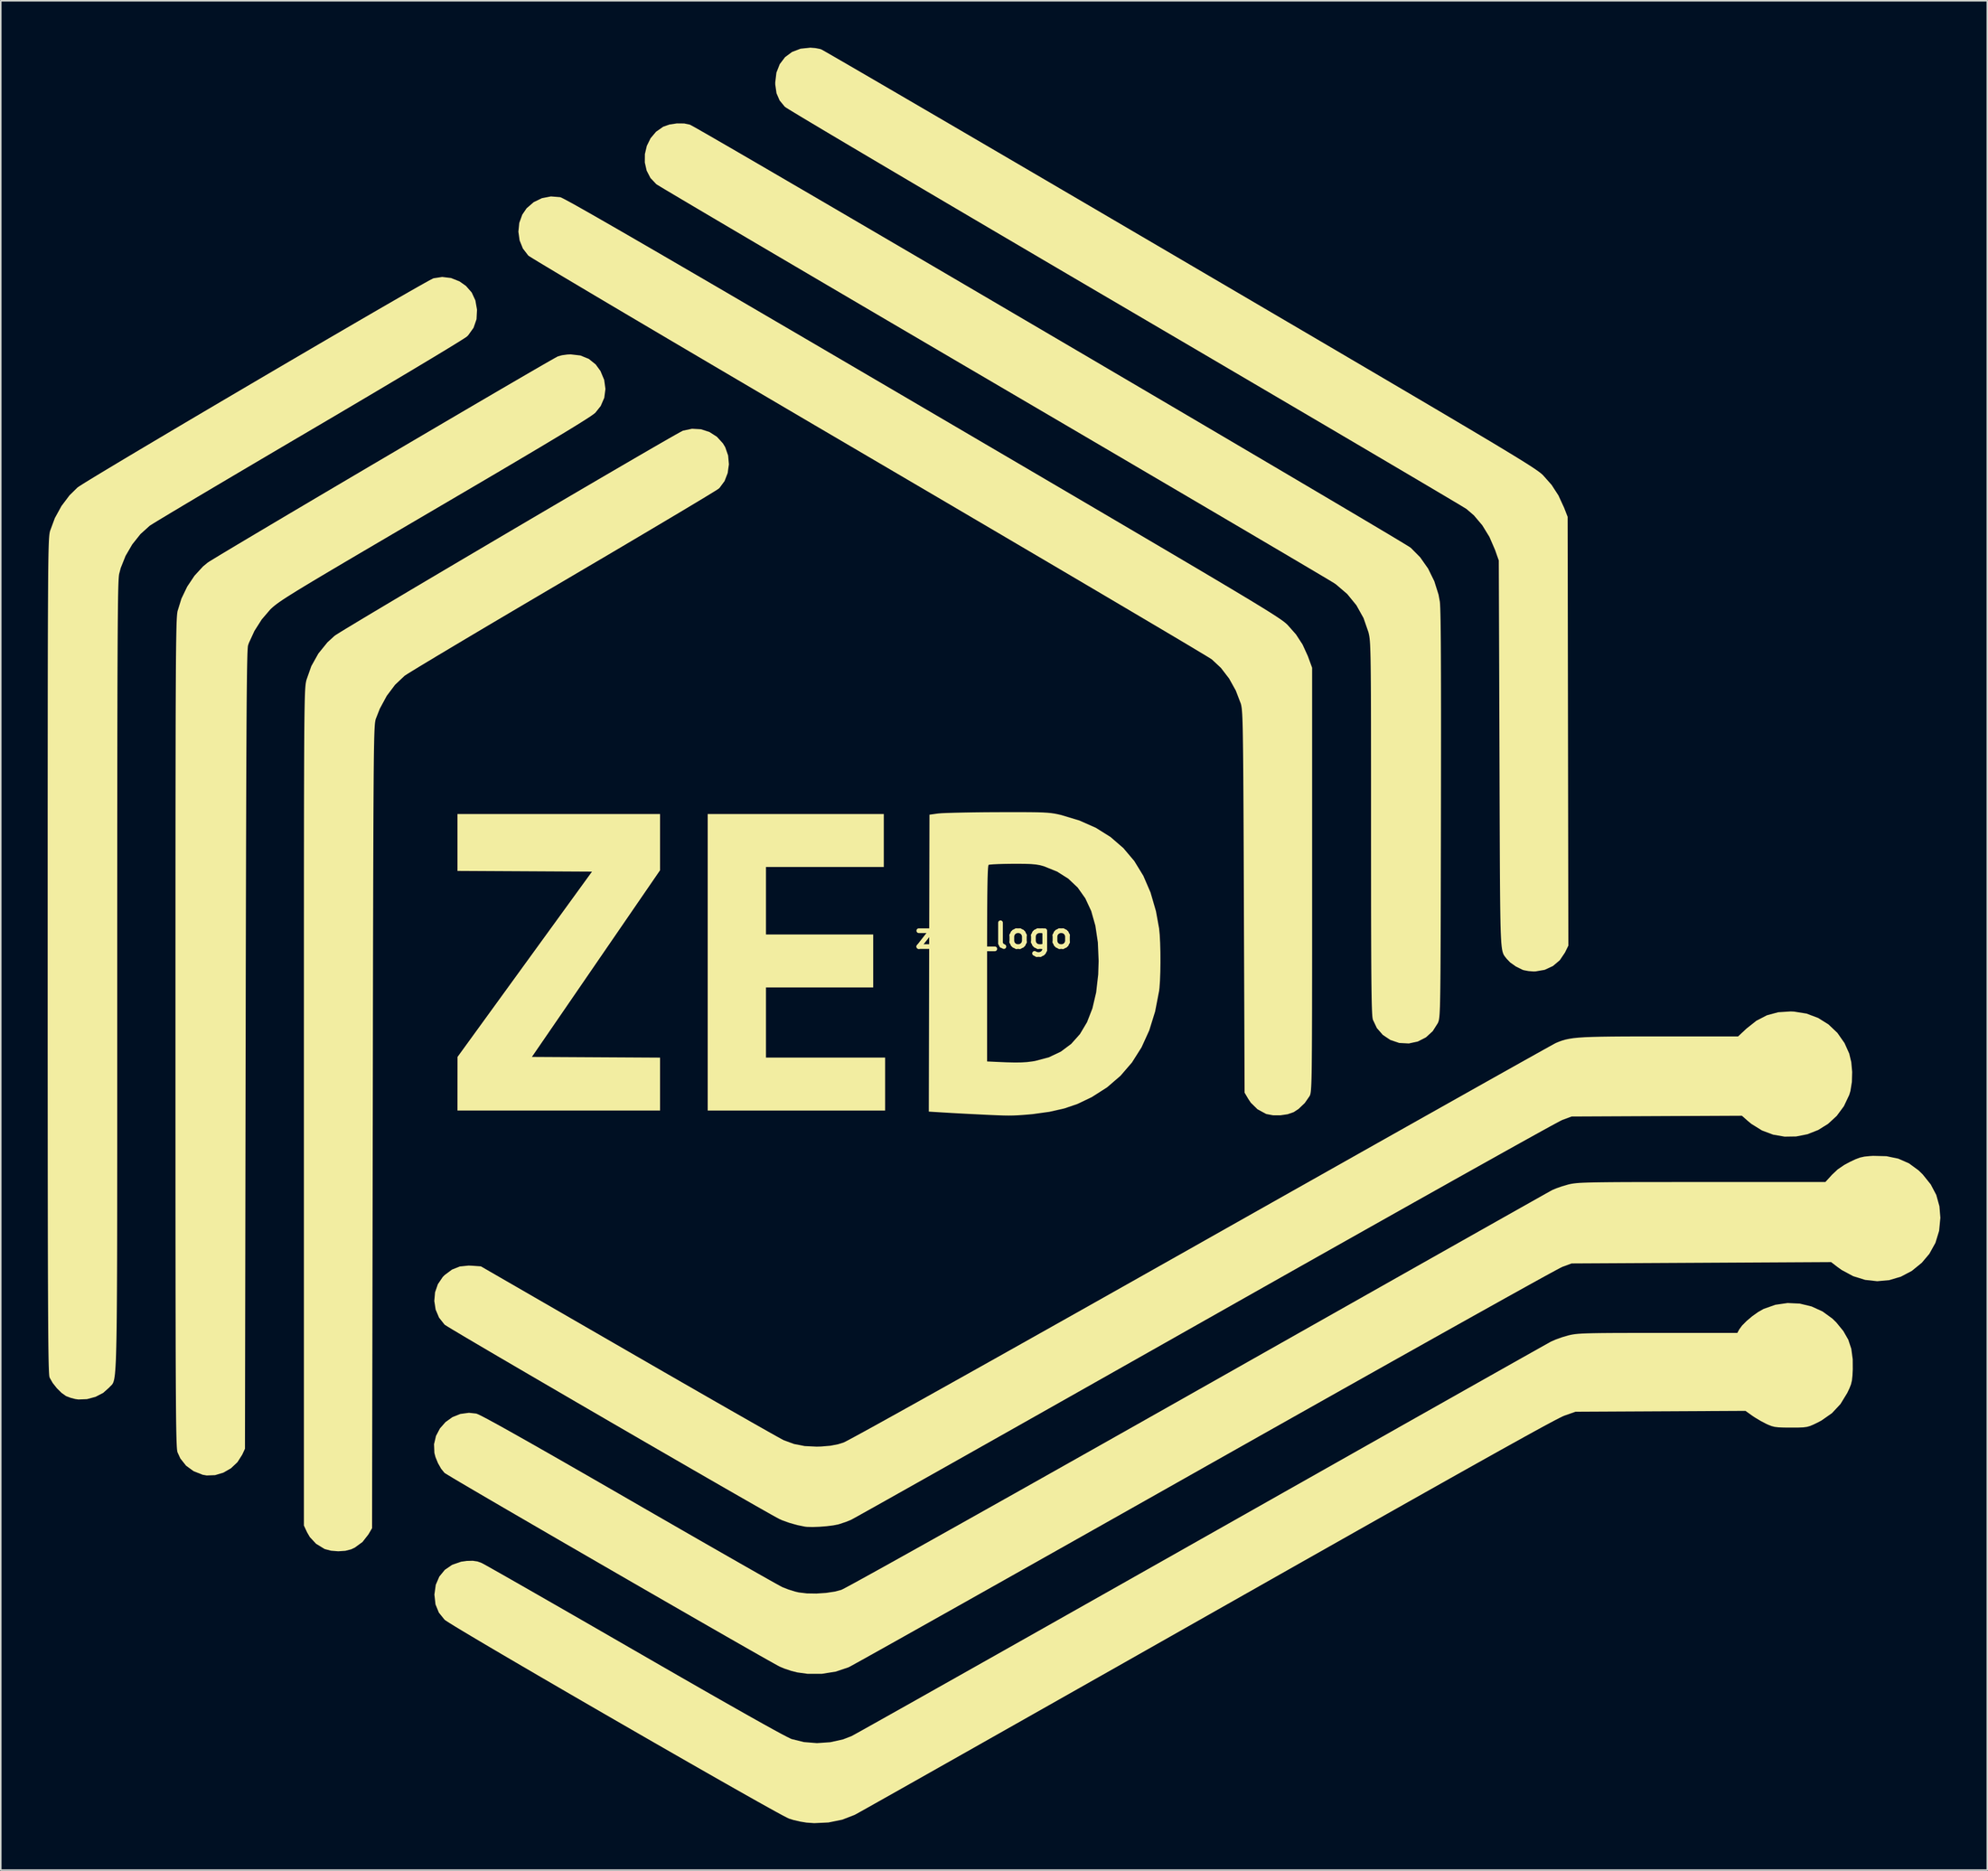
<source format=kicad_pcb>
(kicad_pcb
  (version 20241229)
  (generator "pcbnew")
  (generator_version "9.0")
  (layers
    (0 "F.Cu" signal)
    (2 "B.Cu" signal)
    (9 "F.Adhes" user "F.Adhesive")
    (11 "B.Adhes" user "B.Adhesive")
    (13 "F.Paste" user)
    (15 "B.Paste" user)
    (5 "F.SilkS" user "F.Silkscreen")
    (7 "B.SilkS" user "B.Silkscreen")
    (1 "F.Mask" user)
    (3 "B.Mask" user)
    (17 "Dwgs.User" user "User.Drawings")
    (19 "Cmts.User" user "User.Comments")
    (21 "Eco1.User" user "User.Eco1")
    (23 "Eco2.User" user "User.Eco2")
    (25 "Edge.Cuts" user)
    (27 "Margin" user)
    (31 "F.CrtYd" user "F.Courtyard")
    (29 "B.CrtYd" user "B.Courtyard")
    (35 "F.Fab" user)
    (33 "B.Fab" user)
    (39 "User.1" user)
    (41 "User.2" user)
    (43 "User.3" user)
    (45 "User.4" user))
  (footprint "zed_logo"
    (layer "F.Cu")
    (at 60.494 56.804)
    (property "Reference" "zed_logo" (at 0 0 0) (layer "F.SilkS") (effects (font (size 1.524 1.524) (thickness 0.3))))
    (attr board_only exclude_from_pos_files exclude_from_bom)
    (fp_poly (pts (xy -7.027 -4.403) (xy -14.563 -4.403) (xy -14.563 -0.085) (xy -7.705 -0.085) (xy -7.705 3.302) (xy -14.563 3.302) (xy -14.563 7.789) (xy -6.943 7.789) (xy -6.943 11.176) (xy -18.288 11.176) (xy -18.288 -7.789) (xy -7.027 -7.789)) (stroke (width 0) (type solid)) (fill yes) (layer "F.SilkS"))
    (fp_poly (pts (xy -21.336 -4.19) (xy -25.434 1.778) (xy -29.531 7.747) (xy -21.336 7.791) (xy -21.336 11.176) (xy -34.29 11.176) (xy -34.289 9.461) (xy -34.287 7.747) (xy -29.987 1.82) (xy -25.687 -4.106) (xy -34.29 -4.15) (xy -34.29 -7.789) (xy -21.336 -7.789)) (stroke (width 0) (type solid)) (fill yes) (layer "F.SilkS"))
    (fp_poly (pts (xy 1.777 -7.909) (xy 2.335 -7.906) (xy 2.782 -7.9) (xy 3.14 -7.889) (xy 3.428 -7.872) (xy 3.666 -7.849) (xy 3.874 -7.819) (xy 4.072 -7.781) (xy 4.279 -7.734) (xy 4.301 -7.729) (xy 5.48 -7.375) (xy 6.538 -6.905) (xy 7.475 -6.317) (xy 8.292 -5.61) (xy 8.99 -4.784) (xy 9.569 -3.838) (xy 10.03 -2.77) (xy 10.375 -1.58) (xy 10.577 -0.475) (xy 10.616 -0.072) (xy 10.644 0.452) (xy 10.66 1.053) (xy 10.663 1.685) (xy 10.655 2.305) (xy 10.634 2.868) (xy 10.601 3.33) (xy 10.58 3.514) (xy 10.323 4.841) (xy 9.949 6.047) (xy 9.455 7.133) (xy 8.842 8.102) (xy 8.108 8.954) (xy 7.25 9.693) (xy 6.269 10.319) (xy 5.349 10.758) (xy 4.524 11.04) (xy 3.562 11.257) (xy 2.485 11.406) (xy 2.221 11.43) (xy 1.855 11.459) (xy 1.545 11.48) (xy 1.26 11.492) (xy 0.967 11.496) (xy 0.634 11.492) (xy 0.228 11.478) (xy -0.281 11.456) (xy -0.928 11.425) (xy -0.931 11.425) (xy -1.488 11.397) (xy -2.082 11.366) (xy -2.648 11.335) (xy -3.122 11.307) (xy -3.197 11.303) (xy -4.149 11.244) (xy -4.142 8.036) (xy -0.423 8.036) (xy 0.191 8.065) (xy 0.841 8.092) (xy 1.358 8.104) (xy 1.778 8.098) (xy 2.135 8.076) (xy 2.467 8.035) (xy 2.643 8.006) (xy 3.52 7.774) (xy 4.291 7.41) (xy 4.956 6.914) (xy 5.515 6.287) (xy 5.967 5.529) (xy 6.313 4.641) (xy 6.552 3.624) (xy 6.683 2.477) (xy 6.711 1.609) (xy 6.66 0.415) (xy 6.502 -0.648) (xy 6.236 -1.585) (xy 5.859 -2.396) (xy 5.371 -3.086) (xy 4.77 -3.655) (xy 4.054 -4.107) (xy 3.223 -4.444) (xy 3.175 -4.458) (xy 2.944 -4.519) (xy 2.691 -4.562) (xy 2.382 -4.589) (xy 1.983 -4.603) (xy 1.462 -4.607) (xy 1.219 -4.606) (xy 0.737 -4.6) (xy 0.311 -4.588) (xy -0.029 -4.572) (xy -0.252 -4.553) (xy -0.326 -4.538) (xy -0.345 -4.478) (xy -0.363 -4.321) (xy -0.377 -4.059) (xy -0.39 -3.683) (xy -0.4 -3.187) (xy -0.409 -2.562) (xy -0.415 -1.8) (xy -0.419 -0.895) (xy -0.422 0.162) (xy -0.423 1.378) (xy -0.423 1.779) (xy -0.423 8.036) (xy -4.142 8.036) (xy -4.128 1.748) (xy -4.106 -7.747) (xy -3.556 -7.823) (xy -3.347 -7.84) (xy -2.991 -7.856) (xy -2.511 -7.871) (xy -1.929 -7.884) (xy -1.269 -7.895) (xy -0.552 -7.903) (xy 0.199 -7.907) (xy 0.254 -7.907) (xy 1.09 -7.909)) (stroke (width 0) (type solid)) (fill yes) (layer "F.SilkS"))
    (fp_poly (pts (xy -11.414 -56.78) (xy -11.124 -56.726) (xy -11.036 -56.699) (xy -10.942 -56.649) (xy -10.708 -56.516) (xy -10.34 -56.304) (xy -9.842 -56.016) (xy -9.22 -55.656) (xy -8.481 -55.226) (xy -7.63 -54.731) (xy -6.672 -54.173) (xy -5.613 -53.555) (xy -4.458 -52.881) (xy -3.214 -52.155) (xy -1.886 -51.379) (xy -0.48 -50.557) (xy 1 -49.691) (xy 2.546 -48.787) (xy 4.154 -47.845) (xy 5.818 -46.871) (xy 7.532 -45.867) (xy 9.29 -44.836) (xy 11.088 -43.783) (xy 11.899 -43.307) (xy 14.066 -42.036) (xy 16.092 -40.848) (xy 17.981 -39.739) (xy 19.739 -38.708) (xy 21.371 -37.75) (xy 22.88 -36.863) (xy 24.273 -36.045) (xy 25.553 -35.292) (xy 26.727 -34.601) (xy 27.798 -33.97) (xy 28.771 -33.395) (xy 29.652 -32.873) (xy 30.445 -32.403) (xy 31.156 -31.98) (xy 31.788 -31.603) (xy 32.347 -31.267) (xy 32.838 -30.97) (xy 33.266 -30.71) (xy 33.635 -30.483) (xy 33.95 -30.287) (xy 34.217 -30.118) (xy 34.439 -29.974) (xy 34.623 -29.851) (xy 34.772 -29.747) (xy 34.893 -29.659) (xy 34.988 -29.585) (xy 35.064 -29.52) (xy 35.126 -29.462) (xy 35.127 -29.461) (xy 35.676 -28.842) (xy 36.114 -28.166) (xy 36.477 -27.379) (xy 36.481 -27.368) (xy 36.703 -26.797) (xy 36.725 -13.084) (xy 36.748 0.628) (xy 36.53 1.073) (xy 36.202 1.56) (xy 35.761 1.933) (xy 35.233 2.177) (xy 34.641 2.278) (xy 34.512 2.28) (xy 34.2 2.256) (xy 33.914 2.203) (xy 33.82 2.174) (xy 33.399 1.967) (xy 33.03 1.706) (xy 32.8 1.466) (xy 32.743 1.393) (xy 32.692 1.329) (xy 32.646 1.265) (xy 32.605 1.194) (xy 32.569 1.106) (xy 32.536 0.994) (xy 32.507 0.85) (xy 32.482 0.664) (xy 32.46 0.429) (xy 32.442 0.136) (xy 32.426 -0.224) (xy 32.412 -0.657) (xy 32.401 -1.173) (xy 32.391 -1.781) (xy 32.383 -2.488) (xy 32.376 -3.303) (xy 32.37 -4.233) (xy 32.365 -5.289) (xy 32.36 -6.477) (xy 32.355 -7.806) (xy 32.35 -9.284) (xy 32.345 -10.921) (xy 32.343 -11.599) (xy 32.3 -24.003) (xy 32.061 -24.68) (xy 31.701 -25.513) (xy 31.243 -26.259) (xy 30.708 -26.891) (xy 30.242 -27.292) (xy 30.137 -27.359) (xy 29.892 -27.507) (xy 29.512 -27.735) (xy 29.004 -28.037) (xy 28.373 -28.411) (xy 27.625 -28.854) (xy 26.766 -29.362) (xy 25.802 -29.931) (xy 24.739 -30.558) (xy 23.582 -31.24) (xy 22.337 -31.973) (xy 21.011 -32.754) (xy 19.609 -33.578) (xy 18.137 -34.444) (xy 16.6 -35.347) (xy 15.005 -36.284) (xy 13.358 -37.252) (xy 11.664 -38.246) (xy 9.929 -39.264) (xy 8.382 -40.172) (xy 6.617 -41.207) (xy 4.889 -42.221) (xy 3.203 -43.212) (xy 1.566 -44.175) (xy -0.018 -45.106) (xy -1.542 -46.004) (xy -3.001 -46.863) (xy -4.388 -47.681) (xy -5.698 -48.455) (xy -6.925 -49.18) (xy -8.064 -49.854) (xy -9.108 -50.472) (xy -10.051 -51.032) (xy -10.889 -51.53) (xy -11.614 -51.963) (xy -12.222 -52.327) (xy -12.706 -52.619) (xy -13.061 -52.835) (xy -13.28 -52.972) (xy -13.357 -53.025) (xy -13.69 -53.43) (xy -13.889 -53.892) (xy -13.968 -54.444) (xy -13.97 -54.579) (xy -13.895 -55.207) (xy -13.681 -55.751) (xy -13.343 -56.197) (xy -12.894 -56.531) (xy -12.35 -56.739) (xy -11.726 -56.804)) (stroke (width 0) (type solid)) (fill yes) (layer "F.SilkS"))
    (fp_poly (pts (xy -18.719 -32.399) (xy -18.178 -32.224) (xy -17.7 -31.918) (xy -17.313 -31.493) (xy -17.166 -31.247) (xy -16.982 -30.718) (xy -16.933 -30.155) (xy -17.011 -29.597) (xy -17.21 -29.084) (xy -17.526 -28.656) (xy -17.579 -28.605) (xy -17.68 -28.536) (xy -17.92 -28.386) (xy -18.287 -28.161) (xy -18.774 -27.866) (xy -19.373 -27.506) (xy -20.073 -27.087) (xy -20.868 -26.614) (xy -21.746 -26.092) (xy -22.701 -25.526) (xy -23.723 -24.921) (xy -24.803 -24.283) (xy -25.932 -23.618) (xy -27.103 -22.929) (xy -27.517 -22.685) (xy -28.704 -21.987) (xy -29.856 -21.308) (xy -30.965 -20.653) (xy -32.021 -20.029) (xy -33.015 -19.439) (xy -33.937 -18.891) (xy -34.78 -18.388) (xy -35.534 -17.937) (xy -36.19 -17.543) (xy -36.739 -17.211) (xy -37.171 -16.947) (xy -37.479 -16.756) (xy -37.652 -16.644) (xy -37.677 -16.626) (xy -38.282 -16.053) (xy -38.814 -15.345) (xy -39.256 -14.526) (xy -39.509 -13.885) (xy -39.524 -13.836) (xy -39.538 -13.778) (xy -39.551 -13.705) (xy -39.564 -13.611) (xy -39.575 -13.491) (xy -39.586 -13.339) (xy -39.596 -13.15) (xy -39.605 -12.917) (xy -39.614 -12.635) (xy -39.621 -12.297) (xy -39.629 -11.9) (xy -39.636 -11.436) (xy -39.642 -10.9) (xy -39.648 -10.287) (xy -39.653 -9.59) (xy -39.658 -8.803) (xy -39.663 -7.923) (xy -39.667 -6.941) (xy -39.671 -5.853) (xy -39.675 -4.654) (xy -39.679 -3.336) (xy -39.682 -1.896) (xy -39.686 -0.326) (xy -39.69 1.379) (xy -39.693 3.224) (xy -39.697 5.216) (xy -39.7 7.359) (xy -39.704 9.66) (xy -39.708 12.125) (xy -39.709 12.234) (xy -39.751 37.888) (xy -39.986 38.288) (xy -40.363 38.771) (xy -40.855 39.13) (xy -41.086 39.24) (xy -41.462 39.336) (xy -41.917 39.365) (xy -42.376 39.329) (xy -42.762 39.228) (xy -42.799 39.212) (xy -43.332 38.886) (xy -43.733 38.455) (xy -43.911 38.146) (xy -44.11 37.719) (xy -44.111 10.999) (xy -44.111 8.477) (xy -44.111 6.118) (xy -44.11 3.918) (xy -44.11 1.87) (xy -44.11 -0.031) (xy -44.109 -1.791) (xy -44.109 -3.416) (xy -44.108 -4.911) (xy -44.106 -6.281) (xy -44.105 -7.533) (xy -44.103 -8.672) (xy -44.1 -9.704) (xy -44.097 -10.634) (xy -44.094 -11.468) (xy -44.09 -12.212) (xy -44.086 -12.871) (xy -44.081 -13.45) (xy -44.075 -13.957) (xy -44.069 -14.395) (xy -44.062 -14.772) (xy -44.055 -15.091) (xy -44.046 -15.36) (xy -44.037 -15.584) (xy -44.027 -15.768) (xy -44.017 -15.918) (xy -44.005 -16.039) (xy -43.993 -16.138) (xy -43.979 -16.22) (xy -43.965 -16.29) (xy -43.949 -16.355) (xy -43.944 -16.375) (xy -43.637 -17.247) (xy -43.186 -18.053) (xy -42.608 -18.767) (xy -42.153 -19.184) (xy -42.033 -19.266) (xy -41.777 -19.426) (xy -41.395 -19.66) (xy -40.898 -19.96) (xy -40.295 -20.323) (xy -39.597 -20.741) (xy -38.812 -21.209) (xy -37.952 -21.721) (xy -37.025 -22.272) (xy -36.042 -22.854) (xy -35.013 -23.463) (xy -33.948 -24.093) (xy -32.856 -24.737) (xy -31.748 -25.391) (xy -30.633 -26.048) (xy -29.522 -26.702) (xy -28.423 -27.347) (xy -27.348 -27.978) (xy -26.306 -28.589) (xy -25.307 -29.174) (xy -24.361 -29.726) (xy -23.478 -30.241) (xy -22.668 -30.713) (xy -21.94 -31.135) (xy -21.305 -31.502) (xy -20.773 -31.807) (xy -20.353 -32.046) (xy -20.055 -32.212) (xy -19.889 -32.299) (xy -19.865 -32.31) (xy -19.291 -32.431)) (stroke (width 0) (type solid)) (fill yes) (layer "F.SilkS"))
    (fp_poly (pts (xy -27.725 -47.243) (xy -27.717 -47.242) (xy -27.629 -47.206) (xy -27.452 -47.116) (xy -27.182 -46.971) (xy -26.816 -46.77) (xy -26.352 -46.509) (xy -25.787 -46.189) (xy -25.118 -45.806) (xy -24.341 -45.36) (xy -23.455 -44.849) (xy -22.456 -44.27) (xy -21.341 -43.624) (xy -20.108 -42.906) (xy -18.753 -42.117) (xy -17.274 -41.255) (xy -15.668 -40.316) (xy -13.932 -39.301) (xy -12.063 -38.208) (xy -10.058 -37.034) (xy -7.914 -35.778) (xy -5.628 -34.438) (xy -4.537 -33.798) (xy -2.367 -32.526) (xy -0.339 -31.336) (xy 1.553 -30.227) (xy 3.313 -29.194) (xy 4.947 -28.235) (xy 6.459 -27.347) (xy 7.854 -26.527) (xy 9.137 -25.772) (xy 10.312 -25.08) (xy 11.386 -24.447) (xy 12.362 -23.871) (xy 13.245 -23.349) (xy 14.041 -22.877) (xy 14.754 -22.453) (xy 15.389 -22.074) (xy 15.951 -21.737) (xy 16.445 -21.439) (xy 16.875 -21.177) (xy 17.247 -20.949) (xy 17.565 -20.751) (xy 17.834 -20.58) (xy 18.06 -20.434) (xy 18.246 -20.31) (xy 18.399 -20.205) (xy 18.522 -20.116) (xy 18.62 -20.039) (xy 18.699 -19.973) (xy 18.764 -19.914) (xy 18.789 -19.889) (xy 19.33 -19.278) (xy 19.751 -18.631) (xy 20.09 -17.889) (xy 20.135 -17.766) (xy 20.362 -17.145) (xy 20.362 -3.598) (xy 20.362 -1.825) (xy 20.362 -0.212) (xy 20.362 1.246) (xy 20.361 2.56) (xy 20.359 3.735) (xy 20.358 4.78) (xy 20.355 5.704) (xy 20.352 6.513) (xy 20.348 7.216) (xy 20.343 7.821) (xy 20.338 8.335) (xy 20.331 8.767) (xy 20.323 9.125) (xy 20.314 9.415) (xy 20.303 9.646) (xy 20.291 9.827) (xy 20.277 9.965) (xy 20.262 10.067) (xy 20.246 10.142) (xy 20.227 10.197) (xy 20.206 10.241) (xy 20.205 10.245) (xy 19.894 10.694) (xy 19.492 11.077) (xy 19.177 11.281) (xy 18.794 11.413) (xy 18.33 11.481) (xy 17.859 11.479) (xy 17.454 11.403) (xy 17.407 11.387) (xy 16.87 11.096) (xy 16.443 10.677) (xy 16.279 10.432) (xy 16.044 10.033) (xy 15.998 -2.159) (xy 15.992 -3.843) (xy 15.986 -5.366) (xy 15.98 -6.736) (xy 15.974 -7.963) (xy 15.968 -9.054) (xy 15.962 -10.018) (xy 15.956 -10.863) (xy 15.949 -11.599) (xy 15.941 -12.232) (xy 15.933 -12.772) (xy 15.925 -13.227) (xy 15.915 -13.606) (xy 15.904 -13.917) (xy 15.892 -14.169) (xy 15.878 -14.369) (xy 15.863 -14.527) (xy 15.846 -14.651) (xy 15.828 -14.749) (xy 15.808 -14.83) (xy 15.801 -14.853) (xy 15.482 -15.685) (xy 15.053 -16.456) (xy 14.534 -17.132) (xy 13.951 -17.677) (xy 13.842 -17.748) (xy 13.593 -17.901) (xy 13.209 -18.132) (xy 12.697 -18.439) (xy 12.062 -18.818) (xy 11.31 -19.265) (xy 10.447 -19.776) (xy 9.479 -20.349) (xy 8.412 -20.98) (xy 7.252 -21.665) (xy 6.004 -22.402) (xy 4.674 -23.186) (xy 3.269 -24.014) (xy 1.793 -24.882) (xy 0.254 -25.788) (xy -1.344 -26.727) (xy -2.993 -27.697) (xy -4.69 -28.693) (xy -6.427 -29.713) (xy -7.991 -30.631) (xy -9.757 -31.667) (xy -11.487 -32.682) (xy -13.174 -33.674) (xy -14.813 -34.638) (xy -16.398 -35.571) (xy -17.924 -36.469) (xy -19.384 -37.33) (xy -20.773 -38.149) (xy -22.084 -38.924) (xy -23.313 -39.65) (xy -24.453 -40.325) (xy -25.499 -40.945) (xy -26.444 -41.507) (xy -27.283 -42.006) (xy -28.011 -42.44) (xy -28.62 -42.806) (xy -29.107 -43.099) (xy -29.463 -43.317) (xy -29.685 -43.456) (xy -29.764 -43.511) (xy -30.106 -43.957) (xy -30.316 -44.476) (xy -30.394 -45.034) (xy -30.338 -45.595) (xy -30.147 -46.124) (xy -29.871 -46.53) (xy -29.42 -46.922) (xy -28.89 -47.179) (xy -28.314 -47.29)) (stroke (width 0) (type solid)) (fill yes) (layer "F.SilkS"))
    (fp_poly (pts (xy -26.429 -37.117) (xy -25.893 -36.9) (xy -25.45 -36.543) (xy -25.147 -36.127) (xy -24.908 -35.557) (xy -24.828 -34.978) (xy -24.902 -34.413) (xy -25.129 -33.888) (xy -25.473 -33.455) (xy -25.578 -33.37) (xy -25.765 -33.238) (xy -26.039 -33.058) (xy -26.407 -32.825) (xy -26.871 -32.537) (xy -27.439 -32.191) (xy -28.115 -31.783) (xy -28.903 -31.311) (xy -29.81 -30.772) (xy -30.839 -30.162) (xy -31.996 -29.479) (xy -33.287 -28.72) (xy -34.716 -27.881) (xy -35.769 -27.263) (xy -37.177 -26.437) (xy -38.446 -25.693) (xy -39.584 -25.024) (xy -40.6 -24.427) (xy -41.499 -23.897) (xy -42.291 -23.429) (xy -42.983 -23.018) (xy -43.583 -22.659) (xy -44.098 -22.349) (xy -44.536 -22.082) (xy -44.904 -21.853) (xy -45.212 -21.658) (xy -45.465 -21.493) (xy -45.672 -21.352) (xy -45.84 -21.23) (xy -45.978 -21.124) (xy -46.092 -21.029) (xy -46.191 -20.939) (xy -46.266 -20.866) (xy -46.806 -20.236) (xy -47.273 -19.502) (xy -47.628 -18.73) (xy -47.679 -18.584) (xy -47.691 -18.527) (xy -47.701 -18.42) (xy -47.711 -18.258) (xy -47.721 -18.037) (xy -47.729 -17.751) (xy -47.738 -17.395) (xy -47.746 -16.964) (xy -47.753 -16.452) (xy -47.76 -15.854) (xy -47.767 -15.166) (xy -47.773 -14.382) (xy -47.779 -13.496) (xy -47.784 -12.504) (xy -47.79 -11.401) (xy -47.795 -10.181) (xy -47.8 -8.839) (xy -47.804 -7.37) (xy -47.809 -5.768) (xy -47.813 -4.029) (xy -47.818 -2.148) (xy -47.822 -0.118) (xy -47.827 2.064) (xy -47.831 4.405) (xy -47.835 6.909) (xy -47.836 7.281) (xy -47.879 32.808) (xy -48.056 33.19) (xy -48.36 33.667) (xy -48.772 34.055) (xy -49.26 34.337) (xy -49.79 34.496) (xy -50.329 34.516) (xy -50.588 34.47) (xy -51.166 34.241) (xy -51.647 33.889) (xy -52.011 33.431) (xy -52.192 33.037) (xy -52.205 32.988) (xy -52.217 32.914) (xy -52.228 32.809) (xy -52.238 32.668) (xy -52.247 32.484) (xy -52.256 32.254) (xy -52.264 31.971) (xy -52.272 31.629) (xy -52.279 31.224) (xy -52.285 30.749) (xy -52.29 30.2) (xy -52.295 29.57) (xy -52.3 28.855) (xy -52.304 28.048) (xy -52.308 27.145) (xy -52.311 26.139) (xy -52.313 25.025) (xy -52.316 23.798) (xy -52.318 22.453) (xy -52.319 20.983) (xy -52.321 19.383) (xy -52.322 17.648) (xy -52.323 15.773) (xy -52.323 13.751) (xy -52.324 11.577) (xy -52.324 9.246) (xy -52.324 6.752) (xy -52.324 6.246) (xy -52.324 3.722) (xy -52.324 1.361) (xy -52.323 -0.841) (xy -52.323 -2.891) (xy -52.322 -4.794) (xy -52.321 -6.555) (xy -52.32 -8.18) (xy -52.318 -9.676) (xy -52.316 -11.046) (xy -52.314 -12.297) (xy -52.312 -13.435) (xy -52.309 -14.464) (xy -52.305 -15.391) (xy -52.301 -16.222) (xy -52.297 -16.961) (xy -52.292 -17.614) (xy -52.286 -18.187) (xy -52.28 -18.686) (xy -52.273 -19.116) (xy -52.266 -19.482) (xy -52.258 -19.791) (xy -52.25 -20.047) (xy -52.24 -20.256) (xy -52.23 -20.425) (xy -52.219 -20.558) (xy -52.207 -20.661) (xy -52.195 -20.739) (xy -52.189 -20.769) (xy -51.942 -21.567) (xy -51.573 -22.334) (xy -51.106 -23.031) (xy -50.565 -23.621) (xy -50.273 -23.863) (xy -50.151 -23.944) (xy -49.892 -24.103) (xy -49.509 -24.336) (xy -49.009 -24.636) (xy -48.404 -24.999) (xy -47.703 -25.417) (xy -46.915 -25.885) (xy -46.052 -26.398) (xy -45.123 -26.949) (xy -44.137 -27.532) (xy -43.105 -28.143) (xy -42.036 -28.774) (xy -40.941 -29.42) (xy -39.829 -30.076) (xy -38.71 -30.734) (xy -37.595 -31.391) (xy -36.493 -32.039) (xy -35.414 -32.673) (xy -34.367 -33.287) (xy -33.364 -33.876) (xy -32.413 -34.432) (xy -31.525 -34.952) (xy -30.709 -35.427) (xy -29.976 -35.854) (xy -29.335 -36.226) (xy -28.797 -36.537) (xy -28.371 -36.781) (xy -28.067 -36.953) (xy -27.895 -37.047) (xy -27.866 -37.061) (xy -27.606 -37.133) (xy -27.268 -37.179) (xy -27.051 -37.189)) (stroke (width 0) (type solid)) (fill yes) (layer "F.SilkS"))
    (fp_poly (pts (xy -19.79 -51.957) (xy -19.431 -51.882) (xy -19.325 -51.827) (xy -19.08 -51.691) (xy -18.703 -51.476) (xy -18.2 -51.188) (xy -17.579 -50.829) (xy -16.845 -50.405) (xy -16.007 -49.918) (xy -15.071 -49.374) (xy -14.043 -48.775) (xy -12.931 -48.126) (xy -11.74 -47.432) (xy -10.479 -46.695) (xy -9.154 -45.92) (xy -7.771 -45.111) (xy -6.338 -44.272) (xy -4.861 -43.408) (xy -3.347 -42.521) (xy -1.803 -41.616) (xy -0.236 -40.697) (xy 1.348 -39.767) (xy 2.942 -38.832) (xy 4.538 -37.895) (xy 6.131 -36.96) (xy 7.712 -36.03) (xy 9.277 -35.111) (xy 10.817 -34.205) (xy 12.325 -33.318) (xy 13.796 -32.452) (xy 15.222 -31.612) (xy 16.597 -30.802) (xy 17.913 -30.026) (xy 19.164 -29.288) (xy 20.342 -28.592) (xy 21.442 -27.942) (xy 22.457 -27.341) (xy 23.379 -26.795) (xy 24.202 -26.306) (xy 24.918 -25.88) (xy 25.522 -25.519) (xy 26.006 -25.228) (xy 26.364 -25.011) (xy 26.589 -24.872) (xy 26.67 -24.817) (xy 27.27 -24.212) (xy 27.778 -23.489) (xy 28.176 -22.68) (xy 28.447 -21.82) (xy 28.529 -21.378) (xy 28.543 -21.221) (xy 28.556 -20.957) (xy 28.567 -20.579) (xy 28.577 -20.085) (xy 28.585 -19.469) (xy 28.592 -18.725) (xy 28.597 -17.851) (xy 28.601 -16.84) (xy 28.604 -15.688) (xy 28.606 -14.39) (xy 28.606 -12.942) (xy 28.605 -11.339) (xy 28.603 -9.575) (xy 28.6 -7.747) (xy 28.597 -6.016) (xy 28.593 -4.447) (xy 28.59 -3.03) (xy 28.587 -1.759) (xy 28.584 -0.624) (xy 28.58 0.382) (xy 28.576 1.267) (xy 28.572 2.04) (xy 28.567 2.709) (xy 28.561 3.282) (xy 28.554 3.767) (xy 28.546 4.172) (xy 28.537 4.506) (xy 28.526 4.775) (xy 28.515 4.99) (xy 28.501 5.157) (xy 28.486 5.285) (xy 28.47 5.382) (xy 28.451 5.456) (xy 28.43 5.516) (xy 28.408 5.569) (xy 28.398 5.589) (xy 28.074 6.1) (xy 27.641 6.495) (xy 27.124 6.761) (xy 26.549 6.885) (xy 25.942 6.854) (xy 25.92 6.85) (xy 25.363 6.661) (xy 24.881 6.337) (xy 24.502 5.901) (xy 24.253 5.377) (xy 24.246 5.354) (xy 24.229 5.275) (xy 24.214 5.148) (xy 24.201 4.966) (xy 24.189 4.721) (xy 24.178 4.404) (xy 24.169 4.008) (xy 24.161 3.526) (xy 24.154 2.948) (xy 24.148 2.269) (xy 24.143 1.478) (xy 24.139 0.57) (xy 24.136 -0.465) (xy 24.133 -1.633) (xy 24.132 -2.944) (xy 24.131 -4.404) (xy 24.13 -6.021) (xy 24.13 -6.9) (xy 24.13 -8.555) (xy 24.13 -10.05) (xy 24.129 -11.393) (xy 24.128 -12.592) (xy 24.127 -13.657) (xy 24.125 -14.597) (xy 24.122 -15.419) (xy 24.118 -16.133) (xy 24.113 -16.748) (xy 24.107 -17.271) (xy 24.1 -17.713) (xy 24.091 -18.081) (xy 24.081 -18.385) (xy 24.07 -18.632) (xy 24.057 -18.832) (xy 24.042 -18.994) (xy 24.025 -19.126) (xy 24.005 -19.237) (xy 23.984 -19.336) (xy 23.963 -19.422) (xy 23.649 -20.325) (xy 23.193 -21.143) (xy 22.606 -21.862) (xy 21.897 -22.469) (xy 21.784 -22.548) (xy 21.664 -22.622) (xy 21.403 -22.779) (xy 21.009 -23.014) (xy 20.486 -23.324) (xy 19.841 -23.706) (xy 19.08 -24.156) (xy 18.208 -24.671) (xy 17.231 -25.246) (xy 16.156 -25.88) (xy 14.988 -26.567) (xy 13.734 -27.305) (xy 12.399 -28.09) (xy 10.989 -28.919) (xy 9.51 -29.787) (xy 7.969 -30.693) (xy 6.37 -31.631) (xy 4.721 -32.599) (xy 3.026 -33.593) (xy 1.292 -34.61) (xy -0.042 -35.393) (xy -1.798 -36.422) (xy -3.518 -37.431) (xy -5.195 -38.415) (xy -6.824 -39.371) (xy -8.399 -40.296) (xy -9.914 -41.186) (xy -11.364 -42.038) (xy -12.742 -42.849) (xy -14.043 -43.614) (xy -15.261 -44.331) (xy -16.39 -44.996) (xy -17.424 -45.606) (xy -18.357 -46.157) (xy -19.184 -46.646) (xy -19.898 -47.069) (xy -20.494 -47.423) (xy -20.967 -47.704) (xy -21.309 -47.91) (xy -21.516 -48.036) (xy -21.579 -48.077) (xy -21.951 -48.472) (xy -22.193 -48.943) (xy -22.31 -49.462) (xy -22.305 -49.999) (xy -22.181 -50.525) (xy -21.942 -51.011) (xy -21.592 -51.428) (xy -21.134 -51.748) (xy -21.133 -51.749) (xy -20.731 -51.89) (xy -20.259 -51.961)) (stroke (width 0) (type solid)) (fill yes) (layer "F.SilkS"))
    (fp_poly (pts (xy 51.173 4.847) (xy 51.978 4.975) (xy 52.721 5.254) (xy 53.385 5.67) (xy 53.954 6.211) (xy 54.41 6.864) (xy 54.71 7.535) (xy 54.841 8.085) (xy 54.897 8.71) (xy 54.879 9.346) (xy 54.785 9.927) (xy 54.713 10.169) (xy 54.369 10.897) (xy 53.91 11.518) (xy 53.355 12.028) (xy 52.725 12.42) (xy 52.039 12.691) (xy 51.316 12.834) (xy 50.577 12.845) (xy 49.84 12.718) (xy 49.127 12.449) (xy 48.456 12.033) (xy 48.236 11.852) (xy 47.846 11.509) (xy 36.957 11.557) (xy 36.364 11.777) (xy 36.243 11.836) (xy 35.98 11.976) (xy 35.582 12.192) (xy 35.054 12.482) (xy 34.402 12.843) (xy 33.632 13.27) (xy 32.749 13.762) (xy 31.761 14.314) (xy 30.672 14.923) (xy 29.488 15.586) (xy 28.216 16.3) (xy 26.861 17.061) (xy 25.428 17.867) (xy 23.925 18.713) (xy 22.356 19.597) (xy 20.727 20.515) (xy 19.045 21.464) (xy 17.315 22.441) (xy 15.543 23.442) (xy 13.736 24.465) (xy 13.504 24.595) (xy 11.698 25.617) (xy 9.928 26.618) (xy 8.2 27.595) (xy 6.519 28.545) (xy 4.893 29.464) (xy 3.325 30.35) (xy 1.823 31.198) (xy 0.392 32.006) (xy -0.963 32.77) (xy -2.235 33.488) (xy -3.419 34.155) (xy -4.508 34.768) (xy -5.498 35.325) (xy -6.381 35.822) (xy -7.153 36.256) (xy -7.808 36.623) (xy -8.339 36.92) (xy -8.742 37.145) (xy -9.01 37.292) (xy -9.137 37.361) (xy -9.144 37.364) (xy -9.471 37.494) (xy -9.835 37.615) (xy -9.948 37.648) (xy -10.267 37.711) (xy -10.684 37.762) (xy -11.14 37.798) (xy -11.576 37.813) (xy -11.933 37.805) (xy -12.065 37.791) (xy -12.559 37.69) (xy -13.065 37.548) (xy -13.513 37.388) (xy -13.712 37.298) (xy -13.904 37.195) (xy -14.227 37.016) (xy -14.668 36.767) (xy -15.22 36.454) (xy -15.87 36.082) (xy -16.61 35.658) (xy -17.429 35.188) (xy -18.318 34.676) (xy -19.265 34.13) (xy -20.261 33.554) (xy -21.297 32.955) (xy -22.361 32.339) (xy -23.444 31.711) (xy -24.536 31.078) (xy -25.626 30.444) (xy -26.705 29.817) (xy -27.762 29.201) (xy -28.788 28.603) (xy -29.772 28.029) (xy -30.704 27.484) (xy -31.575 26.975) (xy -32.374 26.506) (xy -33.091 26.084) (xy -33.715 25.716) (xy -34.238 25.405) (xy -34.648 25.16) (xy -34.937 24.984) (xy -35.093 24.885) (xy -35.116 24.868) (xy -35.468 24.422) (xy -35.686 23.908) (xy -35.771 23.358) (xy -35.724 22.805) (xy -35.543 22.281) (xy -35.231 21.82) (xy -35.106 21.695) (xy -34.639 21.347) (xy -34.142 21.15) (xy -33.575 21.092) (xy -33.371 21.101) (xy -32.791 21.142) (xy -23.359 26.588) (xy -22.185 27.265) (xy -21.046 27.922) (xy -19.95 28.552) (xy -18.907 29.151) (xy -17.926 29.714) (xy -17.016 30.235) (xy -16.187 30.708) (xy -15.448 31.129) (xy -14.808 31.492) (xy -14.277 31.792) (xy -13.863 32.024) (xy -13.576 32.182) (xy -13.426 32.261) (xy -13.418 32.265) (xy -12.77 32.503) (xy -12.086 32.636) (xy -11.32 32.672) (xy -11.033 32.664) (xy -10.445 32.615) (xy -9.953 32.52) (xy -9.61 32.413) (xy -9.482 32.352) (xy -9.212 32.21) (xy -8.804 31.99) (xy -8.261 31.693) (xy -7.59 31.324) (xy -6.794 30.883) (xy -5.877 30.374) (xy -4.845 29.799) (xy -3.702 29.16) (xy -2.452 28.461) (xy -1.1 27.704) (xy 0.35 26.891) (xy 1.893 26.024) (xy 3.524 25.107) (xy 5.24 24.142) (xy 7.035 23.131) (xy 8.905 22.077) (xy 10.846 20.982) (xy 12.853 19.85) (xy 13.291 19.602) (xy 15.099 18.581) (xy 16.871 17.581) (xy 18.6 16.605) (xy 20.282 15.657) (xy 21.91 14.739) (xy 23.479 13.854) (xy 24.982 13.007) (xy 26.415 12.2) (xy 27.77 11.437) (xy 29.043 10.721) (xy 30.227 10.055) (xy 31.317 9.442) (xy 32.308 8.886) (xy 33.192 8.39) (xy 33.965 7.957) (xy 34.62 7.591) (xy 35.152 7.294) (xy 35.555 7.07) (xy 35.823 6.922) (xy 35.951 6.854) (xy 35.958 6.851) (xy 36.16 6.768) (xy 36.358 6.697) (xy 36.568 6.637) (xy 36.804 6.587) (xy 37.079 6.545) (xy 37.409 6.512) (xy 37.806 6.486) (xy 38.286 6.467) (xy 38.862 6.453) (xy 39.549 6.444) (xy 40.361 6.438) (xy 41.311 6.436) (xy 42.415 6.435) (xy 42.594 6.435) (xy 47.603 6.435) (xy 48.136 5.936) (xy 48.774 5.43) (xy 49.443 5.084) (xy 50.165 4.889) (xy 50.964 4.838)) (stroke (width 0) (type solid)) (fill yes) (layer "F.SilkS"))
    (fp_poly (pts (xy -34.702 -42.072) (xy -34.161 -41.857) (xy -33.75 -41.569) (xy -33.379 -41.146) (xy -33.145 -40.641) (xy -33.04 -40.044) (xy -33.072 -39.435) (xy -33.261 -38.889) (xy -33.603 -38.412) (xy -33.681 -38.334) (xy -33.791 -38.255) (xy -34.039 -38.097) (xy -34.415 -37.863) (xy -34.91 -37.559) (xy -35.517 -37.191) (xy -36.225 -36.765) (xy -37.027 -36.284) (xy -37.913 -35.755) (xy -38.875 -35.182) (xy -39.903 -34.572) (xy -40.99 -33.929) (xy -42.125 -33.258) (xy -43.301 -32.566) (xy -43.771 -32.289) (xy -44.962 -31.589) (xy -46.118 -30.908) (xy -47.23 -30.252) (xy -48.288 -29.627) (xy -49.285 -29.037) (xy -50.21 -28.489) (xy -51.055 -27.987) (xy -51.811 -27.536) (xy -52.469 -27.143) (xy -53.02 -26.812) (xy -53.456 -26.549) (xy -53.766 -26.358) (xy -53.943 -26.246) (xy -53.973 -26.225) (xy -54.564 -25.691) (xy -55.087 -25.034) (xy -55.516 -24.297) (xy -55.825 -23.523) (xy -55.924 -23.141) (xy -55.936 -23.066) (xy -55.947 -22.956) (xy -55.958 -22.806) (xy -55.968 -22.609) (xy -55.977 -22.36) (xy -55.985 -22.055) (xy -55.993 -21.686) (xy -56 -21.249) (xy -56.006 -20.738) (xy -56.012 -20.147) (xy -56.017 -19.472) (xy -56.022 -18.706) (xy -56.026 -17.844) (xy -56.03 -16.88) (xy -56.034 -15.809) (xy -56.036 -14.625) (xy -56.039 -13.323) (xy -56.041 -11.898) (xy -56.043 -10.343) (xy -56.044 -8.653) (xy -56.046 -6.823) (xy -56.046 -4.847) (xy -56.047 -2.719) (xy -56.048 -0.435) (xy -56.048 2.012) (xy -56.048 2.588) (xy -56.048 5.063) (xy -56.048 7.374) (xy -56.048 9.527) (xy -56.048 11.528) (xy -56.048 13.383) (xy -56.049 15.096) (xy -56.05 16.675) (xy -56.051 18.124) (xy -56.053 19.449) (xy -56.056 20.656) (xy -56.06 21.751) (xy -56.065 22.739) (xy -56.071 23.626) (xy -56.078 24.418) (xy -56.086 25.12) (xy -56.096 25.738) (xy -56.108 26.278) (xy -56.121 26.745) (xy -56.135 27.146) (xy -56.152 27.486) (xy -56.171 27.77) (xy -56.191 28.004) (xy -56.214 28.194) (xy -56.239 28.346) (xy -56.267 28.465) (xy -56.297 28.558) (xy -56.33 28.629) (xy -56.365 28.684) (xy -56.404 28.73) (xy -56.445 28.771) (xy -56.49 28.814) (xy -56.537 28.864) (xy -56.557 28.887) (xy -56.944 29.233) (xy -57.435 29.488) (xy -57.98 29.634) (xy -58.532 29.656) (xy -58.731 29.628) (xy -59.023 29.552) (xy -59.289 29.452) (xy -59.328 29.434) (xy -59.61 29.233) (xy -59.909 28.936) (xy -60.175 28.599) (xy -60.357 28.282) (xy -60.377 28.229) (xy -60.389 28.177) (xy -60.399 28.083) (xy -60.409 27.941) (xy -60.418 27.747) (xy -60.427 27.496) (xy -60.435 27.181) (xy -60.442 26.799) (xy -60.449 26.343) (xy -60.455 25.809) (xy -60.46 25.19) (xy -60.465 24.483) (xy -60.47 23.682) (xy -60.474 22.781) (xy -60.478 21.776) (xy -60.481 20.661) (xy -60.484 19.431) (xy -60.486 18.08) (xy -60.488 16.605) (xy -60.49 14.998) (xy -60.491 13.255) (xy -60.492 11.372) (xy -60.493 9.342) (xy -60.494 7.16) (xy -60.494 4.821) (xy -60.494 2.321) (xy -60.494 1.27) (xy -60.494 -1.251) (xy -60.494 -3.608) (xy -60.494 -5.807) (xy -60.494 -7.853) (xy -60.493 -9.752) (xy -60.492 -11.511) (xy -60.491 -13.133) (xy -60.49 -14.626) (xy -60.489 -15.994) (xy -60.487 -17.244) (xy -60.485 -18.38) (xy -60.482 -19.408) (xy -60.479 -20.335) (xy -60.475 -21.166) (xy -60.471 -21.905) (xy -60.467 -22.56) (xy -60.462 -23.135) (xy -60.456 -23.636) (xy -60.45 -24.069) (xy -60.443 -24.44) (xy -60.435 -24.753) (xy -60.427 -25.015) (xy -60.418 -25.231) (xy -60.408 -25.407) (xy -60.397 -25.548) (xy -60.386 -25.661) (xy -60.373 -25.75) (xy -60.36 -25.822) (xy -60.346 -25.881) (xy -60.34 -25.901) (xy -60.038 -26.715) (xy -59.616 -27.486) (xy -59.1 -28.172) (xy -58.59 -28.673) (xy -58.462 -28.762) (xy -58.199 -28.929) (xy -57.81 -29.169) (xy -57.305 -29.477) (xy -56.695 -29.845) (xy -55.989 -30.269) (xy -55.197 -30.742) (xy -54.328 -31.26) (xy -53.393 -31.815) (xy -52.402 -32.403) (xy -51.363 -33.018) (xy -50.288 -33.653) (xy -49.185 -34.303) (xy -48.065 -34.962) (xy -46.938 -35.625) (xy -45.813 -36.286) (xy -44.7 -36.938) (xy -43.609 -37.577) (xy -42.55 -38.196) (xy -41.532 -38.789) (xy -40.567 -39.351) (xy -39.662 -39.877) (xy -38.829 -40.359) (xy -38.076 -40.793) (xy -37.415 -41.173) (xy -36.854 -41.492) (xy -36.403 -41.746) (xy -36.073 -41.928) (xy -35.873 -42.032) (xy -35.821 -42.055) (xy -35.267 -42.14)) (stroke (width 0) (type solid)) (fill yes) (layer "F.SilkS"))
    (fp_poly (pts (xy 57.087 14.095) (xy 57.847 14.253) (xy 58.528 14.553) (xy 59.141 15.001) (xy 59.406 15.259) (xy 59.921 15.901) (xy 60.275 16.573) (xy 60.477 17.298) (xy 60.537 18.034) (xy 60.458 18.867) (xy 60.222 19.638) (xy 59.832 20.341) (xy 59.349 20.913) (xy 58.711 21.433) (xy 58.011 21.803) (xy 57.268 22.023) (xy 56.499 22.092) (xy 55.725 22.007) (xy 54.962 21.77) (xy 54.231 21.377) (xy 53.962 21.186) (xy 53.552 20.87) (xy 45.254 20.913) (xy 36.957 20.955) (xy 36.364 21.174) (xy 36.243 21.233) (xy 35.98 21.373) (xy 35.582 21.589) (xy 35.053 21.878) (xy 34.401 22.238) (xy 33.631 22.665) (xy 32.748 23.156) (xy 31.759 23.708) (xy 30.669 24.316) (xy 29.485 24.978) (xy 28.212 25.691) (xy 26.856 26.452) (xy 25.423 27.256) (xy 23.918 28.102) (xy 22.348 28.984) (xy 20.718 29.902) (xy 19.035 30.85) (xy 17.304 31.825) (xy 15.53 32.826) (xy 13.721 33.847) (xy 13.462 33.993) (xy 11.653 35.015) (xy 9.88 36.016) (xy 8.148 36.993) (xy 6.464 37.943) (xy 4.834 38.862) (xy 3.262 39.748) (xy 1.755 40.597) (xy 0.319 41.406) (xy -1.04 42.171) (xy -2.317 42.89) (xy -3.506 43.558) (xy -4.6 44.173) (xy -5.595 44.732) (xy -6.484 45.231) (xy -7.262 45.666) (xy -7.922 46.035) (xy -8.459 46.335) (xy -8.868 46.561) (xy -9.141 46.712) (xy -9.274 46.782) (xy -9.282 46.786) (xy -10.099 47.062) (xy -10.984 47.202) (xy -11.894 47.204) (xy -12.561 47.113) (xy -12.963 47.01) (xy -13.393 46.865) (xy -13.662 46.752) (xy -13.811 46.675) (xy -14.092 46.519) (xy -14.497 46.292) (xy -15.015 46) (xy -15.635 45.647) (xy -16.348 45.24) (xy -17.144 44.785) (xy -18.012 44.287) (xy -18.942 43.753) (xy -19.925 43.187) (xy -20.95 42.597) (xy -22.007 41.988) (xy -23.086 41.365) (xy -24.177 40.735) (xy -25.27 40.103) (xy -26.355 39.475) (xy -27.422 38.858) (xy -28.46 38.256) (xy -29.46 37.675) (xy -30.411 37.122) (xy -31.304 36.603) (xy -32.128 36.122) (xy -32.873 35.687) (xy -33.529 35.302) (xy -34.087 34.974) (xy -34.535 34.708) (xy -34.864 34.51) (xy -35.065 34.387) (xy -35.124 34.346) (xy -35.335 34.086) (xy -35.538 33.727) (xy -35.697 33.337) (xy -35.765 33.079) (xy -35.788 32.517) (xy -35.663 31.986) (xy -35.411 31.508) (xy -35.054 31.101) (xy -34.611 30.785) (xy -34.104 30.581) (xy -33.555 30.508) (xy -33.086 30.559) (xy -32.952 30.613) (xy -32.689 30.743) (xy -32.296 30.951) (xy -31.771 31.237) (xy -31.113 31.602) (xy -30.32 32.048) (xy -29.39 32.574) (xy -28.322 33.182) (xy -27.113 33.874) (xy -25.763 34.649) (xy -24.27 35.509) (xy -23.35 36.04) (xy -22.182 36.714) (xy -21.048 37.367) (xy -19.958 37.994) (xy -18.921 38.59) (xy -17.946 39.149) (xy -17.042 39.666) (xy -16.22 40.136) (xy -15.488 40.553) (xy -14.855 40.912) (xy -14.331 41.208) (xy -13.925 41.435) (xy -13.647 41.588) (xy -13.505 41.662) (xy -13.503 41.663) (xy -13.129 41.809) (xy -12.713 41.939) (xy -12.471 41.997) (xy -11.945 42.06) (xy -11.339 42.069) (xy -10.718 42.028) (xy -10.144 41.941) (xy -9.749 41.835) (xy -9.63 41.778) (xy -9.369 41.64) (xy -8.972 41.425) (xy -8.444 41.135) (xy -7.79 40.774) (xy -7.016 40.345) (xy -6.127 39.85) (xy -5.129 39.293) (xy -4.027 38.677) (xy -2.826 38.004) (xy -1.532 37.278) (xy -0.15 36.502) (xy 1.315 35.679) (xy 2.856 34.812) (xy 4.469 33.903) (xy 6.148 32.957) (xy 7.888 31.975) (xy 9.683 30.962) (xy 11.529 29.919) (xy 13.069 29.048) (xy 14.876 28.027) (xy 16.646 27.025) (xy 18.375 26.048) (xy 20.055 25.098) (xy 21.682 24.179) (xy 23.25 23.293) (xy 24.752 22.444) (xy 26.184 21.635) (xy 27.538 20.87) (xy 28.81 20.152) (xy 29.993 19.484) (xy 31.082 18.869) (xy 32.072 18.311) (xy 32.955 17.813) (xy 33.727 17.378) (xy 34.381 17.01) (xy 34.912 16.711) (xy 35.314 16.485) (xy 35.581 16.336) (xy 35.708 16.266) (xy 35.715 16.262) (xy 35.985 16.147) (xy 36.344 16.022) (xy 36.715 15.914) (xy 36.723 15.912) (xy 36.838 15.884) (xy 36.958 15.86) (xy 37.095 15.839) (xy 37.26 15.82) (xy 37.463 15.804) (xy 37.716 15.791) (xy 38.029 15.78) (xy 38.414 15.771) (xy 38.881 15.764) (xy 39.441 15.758) (xy 40.106 15.754) (xy 40.887 15.751) (xy 41.793 15.75) (xy 42.837 15.749) (xy 44.029 15.748) (xy 45.274 15.748) (xy 53.183 15.748) (xy 53.609 15.282) (xy 53.97 14.941) (xy 54.398 14.65) (xy 54.741 14.466) (xy 55.107 14.293) (xy 55.396 14.184) (xy 55.68 14.122) (xy 56.028 14.087) (xy 56.235 14.075)) (stroke (width 0) (type solid)) (fill yes) (layer "F.SilkS"))
    (fp_poly (pts (xy 51.547 23.524) (xy 52.301 23.706) (xy 53.005 24.028) (xy 53.635 24.486) (xy 53.885 24.732) (xy 54.332 25.279) (xy 54.646 25.828) (xy 54.842 26.417) (xy 54.931 27.084) (xy 54.935 27.726) (xy 54.915 28.138) (xy 54.882 28.44) (xy 54.822 28.69) (xy 54.721 28.948) (xy 54.58 29.244) (xy 54.147 29.951) (xy 53.604 30.532) (xy 52.938 30.999) (xy 52.694 31.129) (xy 52.417 31.263) (xy 52.201 31.354) (xy 51.999 31.41) (xy 51.769 31.44) (xy 51.463 31.452) (xy 51.04 31.454) (xy 50.974 31.454) (xy 50.519 31.451) (xy 50.191 31.438) (xy 49.947 31.41) (xy 49.744 31.358) (xy 49.539 31.278) (xy 49.412 31.22) (xy 49.059 31.036) (xy 48.691 30.817) (xy 48.494 30.686) (xy 48.076 30.385) (xy 37.211 30.438) (xy 36.491 30.692) (xy 36.376 30.741) (xy 36.183 30.836) (xy 35.908 30.977) (xy 35.547 31.169) (xy 35.098 31.411) (xy 34.557 31.706) (xy 33.921 32.057) (xy 33.185 32.465) (xy 32.346 32.931) (xy 31.402 33.459) (xy 30.348 34.049) (xy 29.18 34.705) (xy 27.897 35.427) (xy 26.493 36.218) (xy 24.965 37.08) (xy 23.31 38.014) (xy 21.525 39.024) (xy 19.606 40.109) (xy 17.549 41.274) (xy 15.351 42.519) (xy 13.674 43.469) (xy 11.874 44.489) (xy 10.109 45.489) (xy 8.386 46.465) (xy 6.71 47.414) (xy 5.088 48.332) (xy 3.524 49.217) (xy 2.026 50.065) (xy 0.598 50.873) (xy -0.753 51.637) (xy -2.022 52.355) (xy -3.203 53.022) (xy -4.289 53.636) (xy -5.275 54.193) (xy -6.156 54.69) (xy -6.925 55.123) (xy -7.576 55.49) (xy -8.104 55.787) (xy -8.502 56.01) (xy -8.766 56.157) (xy -8.888 56.223) (xy -8.891 56.225) (xy -9.687 56.533) (xy -10.561 56.711) (xy -11.476 56.754) (xy -11.975 56.719) (xy -12.378 56.653) (xy -12.805 56.553) (xy -13.076 56.469) (xy -13.226 56.399) (xy -13.51 56.251) (xy -13.919 56.029) (xy -14.442 55.739) (xy -15.07 55.389) (xy -15.792 54.982) (xy -16.599 54.526) (xy -17.479 54.026) (xy -18.423 53.488) (xy -19.421 52.918) (xy -20.462 52.321) (xy -21.537 51.704) (xy -22.635 51.072) (xy -23.747 50.431) (xy -24.861 49.788) (xy -25.969 49.147) (xy -27.059 48.515) (xy -28.122 47.897) (xy -29.148 47.3) (xy -30.126 46.729) (xy -31.047 46.19) (xy -31.9 45.689) (xy -32.675 45.232) (xy -33.361 44.824) (xy -33.95 44.472) (xy -34.43 44.182) (xy -34.792 43.958) (xy -35.026 43.808) (xy -35.115 43.742) (xy -35.48 43.289) (xy -35.695 42.762) (xy -35.763 42.154) (xy -35.763 42.122) (xy -35.678 41.511) (xy -35.451 40.983) (xy -35.097 40.551) (xy -34.628 40.23) (xy -34.059 40.033) (xy -33.691 39.982) (xy -33.309 39.973) (xy -33.012 40.017) (xy -32.755 40.109) (xy -32.636 40.172) (xy -32.379 40.314) (xy -31.994 40.531) (xy -31.49 40.816) (xy -30.875 41.166) (xy -30.16 41.574) (xy -29.353 42.036) (xy -28.463 42.546) (xy -27.499 43.099) (xy -26.471 43.69) (xy -25.387 44.314) (xy -24.258 44.965) (xy -23.091 45.638) (xy -22.947 45.721) (xy -21.413 46.606) (xy -19.997 47.42) (xy -18.7 48.164) (xy -17.526 48.834) (xy -16.478 49.429) (xy -15.558 49.949) (xy -14.769 50.391) (xy -14.114 50.754) (xy -13.595 51.036) (xy -13.215 51.235) (xy -12.978 51.351) (xy -12.918 51.376) (xy -12.138 51.569) (xy -11.3 51.636) (xy -10.451 51.578) (xy -9.641 51.399) (xy -9.102 51.192) (xy -8.994 51.135) (xy -8.745 50.997) (xy -8.36 50.783) (xy -7.846 50.495) (xy -7.207 50.137) (xy -6.451 49.712) (xy -5.582 49.224) (xy -4.607 48.675) (xy -3.532 48.069) (xy -2.362 47.41) (xy -1.103 46.7) (xy 0.239 45.943) (xy 1.657 45.143) (xy 3.147 44.302) (xy 4.702 43.423) (xy 6.317 42.511) (xy 7.985 41.569) (xy 9.7 40.599) (xy 11.458 39.606) (xy 13.251 38.591) (xy 13.271 38.58) (xy 15.065 37.566) (xy 16.823 36.572) (xy 18.539 35.601) (xy 20.208 34.658) (xy 21.823 33.745) (xy 23.38 32.865) (xy 24.871 32.023) (xy 26.29 31.221) (xy 27.633 30.463) (xy 28.894 29.751) (xy 30.065 29.09) (xy 31.142 28.482) (xy 32.119 27.932) (xy 32.989 27.441) (xy 33.747 27.014) (xy 34.388 26.654) (xy 34.904 26.364) (xy 35.291 26.147) (xy 35.542 26.007) (xy 35.652 25.947) (xy 35.652 25.947) (xy 35.96 25.813) (xy 36.349 25.674) (xy 36.725 25.564) (xy 36.867 25.53) (xy 37.015 25.501) (xy 37.182 25.476) (xy 37.385 25.456) (xy 37.635 25.44) (xy 37.949 25.427) (xy 38.339 25.417) (xy 38.821 25.41) (xy 39.408 25.405) (xy 40.116 25.402) (xy 40.957 25.401) (xy 41.948 25.4) (xy 42.46 25.4) (xy 47.554 25.4) (xy 47.672 25.179) (xy 47.857 24.927) (xy 48.149 24.633) (xy 48.504 24.333) (xy 48.879 24.066) (xy 49.229 23.866) (xy 49.234 23.864) (xy 49.988 23.599) (xy 50.768 23.487)) (stroke (width 0) (type solid)) (fill yes) (layer "F.SilkS")))
  (gr_rect
    (start -3 -3)
    (end 124.031 116.559)
    (stroke (width 0.1) (type default))
    (fill no)
    (layer "Edge.Cuts")))
</source>
